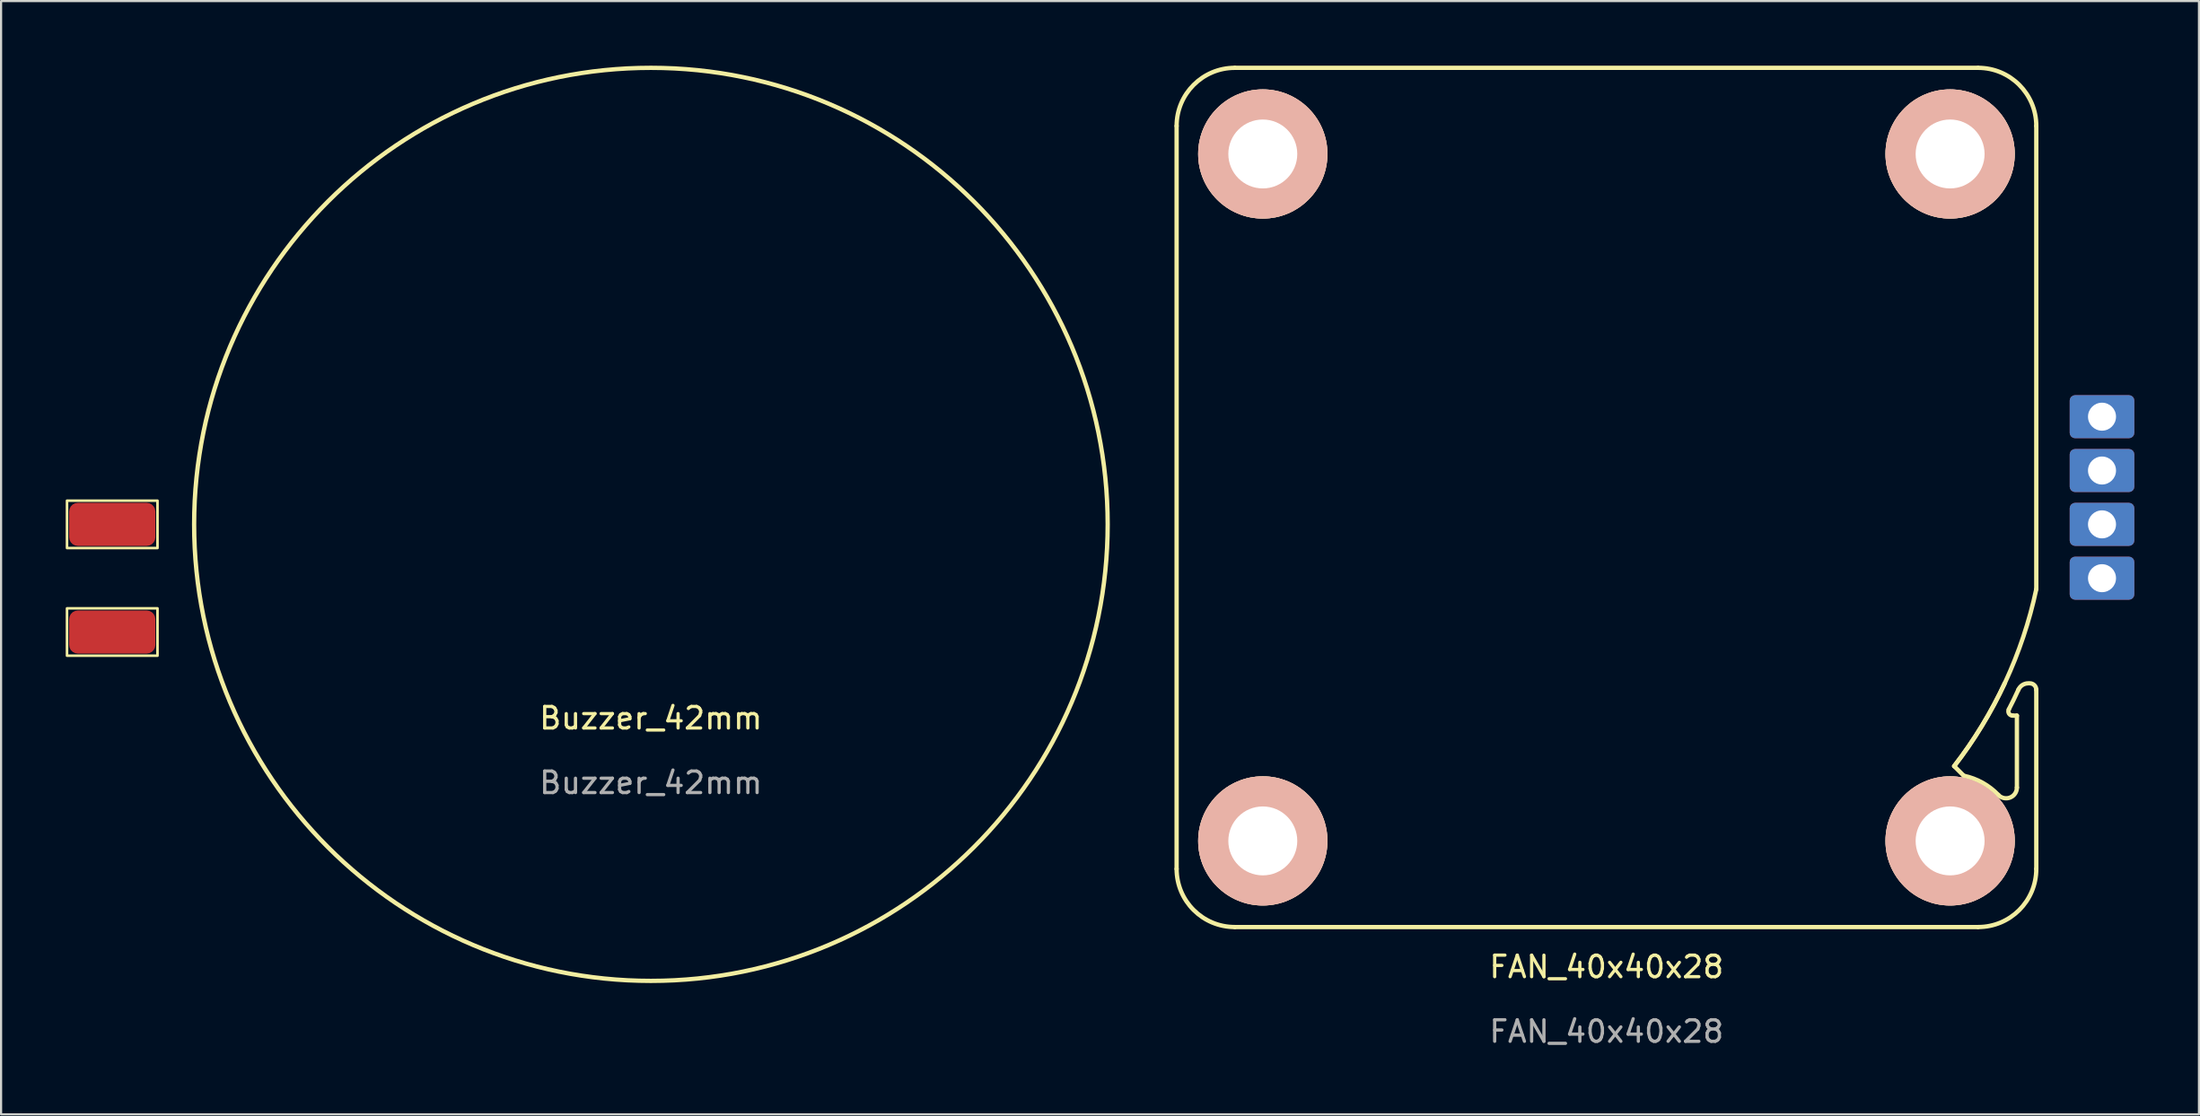
<source format=kicad_pcb>
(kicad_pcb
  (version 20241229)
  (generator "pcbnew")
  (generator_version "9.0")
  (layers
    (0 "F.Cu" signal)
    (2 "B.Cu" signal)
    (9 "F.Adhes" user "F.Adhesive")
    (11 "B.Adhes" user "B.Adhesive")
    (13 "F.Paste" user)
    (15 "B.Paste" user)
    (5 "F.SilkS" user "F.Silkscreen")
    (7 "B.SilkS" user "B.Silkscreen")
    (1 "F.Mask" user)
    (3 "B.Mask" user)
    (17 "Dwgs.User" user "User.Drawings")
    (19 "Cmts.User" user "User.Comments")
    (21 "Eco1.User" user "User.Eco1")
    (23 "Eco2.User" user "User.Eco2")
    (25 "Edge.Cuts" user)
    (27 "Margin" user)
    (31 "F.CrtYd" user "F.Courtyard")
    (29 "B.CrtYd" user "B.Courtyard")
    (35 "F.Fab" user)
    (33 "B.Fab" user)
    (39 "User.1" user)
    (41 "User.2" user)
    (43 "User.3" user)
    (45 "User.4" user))
  (footprint "FAN_40x40x28"
    (layer "F.Cu")
    (at 71.51 20.05)
    (property "Reference" "FAN_40x40x28" (at 0.003 21.8 0) (unlocked yes) (layer "F.SilkS") (effects (font (size 1 1) (thickness 0.15))))
    (fp_line (start -19.95 17.25) (end -19.95 -17.25) (stroke (width 0.2) (type default)) (layer "F.SilkS"))
    (fp_line (start -17.25 -19.95) (end 17.25 -19.95) (stroke (width 0.2) (type default)) (layer "F.SilkS"))
    (fp_line (start 16.139 12.478) (end 16.585 12.924) (stroke (width 0.2) (type default)) (layer "F.SilkS"))
    (fp_line (start 17.25 19.95) (end -17.25 19.95) (stroke (width 0.2) (type default)) (layer "F.SilkS"))
    (fp_line (start 18.853 10.132) (end 19.05 10.132) (stroke (width 0.2) (type default)) (layer "F.SilkS"))
    (fp_line (start 19.05 10.132) (end 19.05 13.471) (stroke (width 0.2) (type default)) (layer "F.SilkS"))
    (fp_line (start 19.95 -17.25) (end 19.95 4.261) (stroke (width 0.2) (type default)) (layer "F.SilkS"))
    (fp_line (start 19.95 8.932) (end 19.95 17.25) (stroke (width 0.2) (type default)) (layer "F.SilkS"))
    (fp_arc (start -19.95 -17.25) (mid -19.159188 -19.159188) (end -17.25 -19.95) (stroke (width 0.2) (type default)) (layer "F.SilkS"))
    (fp_arc (start -17.25 19.95) (mid -19.159188 19.159188) (end -19.95 17.25) (stroke (width 0.2) (type default)) (layer "F.SilkS"))
    (fp_arc (start 16.585336 12.923719) (mid 17.454435 13.248389) (end 18.18811 13.816249) (stroke (width 0.2) (type default)) (layer "F.SilkS"))
    (fp_arc (start 17.25 -19.95) (mid 19.159188 -19.159188) (end 19.95 -17.25) (stroke (width 0.2) (type default)) (layer "F.SilkS"))
    (fp_arc (start 18.488676 8.621412) (mid 17.42091 10.61469) (end 16.139104 12.477552) (stroke (width 0.2) (type default)) (layer "F.SilkS"))
    (fp_arc (start 18.8531 10.132266) (mid 18.682236 10.036262) (end 18.675417 9.840394) (stroke (width 0.2) (type default)) (layer "F.SilkS"))
    (fp_arc (start 19.05 13.4712) (mid 18.735824 13.935399) (end 18.18811 13.816249) (stroke (width 0.2) (type default)) (layer "F.SilkS"))
    (fp_arc (start 19.121356 8.924369) (mid 18.903937 9.385083) (end 18.675417 9.840394) (stroke (width 0.2) (type default)) (layer "F.SilkS"))
    (fp_arc (start 19.121356 8.924369) (mid 19.305856 8.711587) (end 19.576086 8.632266) (stroke (width 0.2) (type default)) (layer "F.SilkS"))
    (fp_arc (start 19.65 8.632266) (mid 19.862141 8.720125) (end 19.95 8.932266) (stroke (width 0.2) (type default)) (layer "F.SilkS"))
    (fp_arc (start 19.95 4.261161) (mid 18.50631 8.583501) (end 16.139133 12.477515) (stroke (width 0.2) (type default)) (layer "F.SilkS"))
    (fp_arc (start 19.95 17.25) (mid 19.159188 19.159188) (end 17.25 19.95) (stroke (width 0.2) (type default)) (layer "F.SilkS"))
    (fp_line (start 16.139 12.478) (end 16.585 12.924) (stroke (width 0.1) (type default)) (layer "User.1"))
    (fp_line (start 16.542 12.881) (end 16.585 12.924) (stroke (width 0.1) (type default)) (layer "User.1"))
    (fp_line (start 16.542 12.881) (end 16.585 12.924) (stroke (width 0.1) (type default)) (layer "User.1"))
    (fp_line (start 16.585 12.924) (end 16.139 12.478) (stroke (width 0.1) (type default)) (layer "User.1"))
    (fp_line (start 16.585 12.924) (end 16.139 12.478) (stroke (width 0.1) (type default)) (layer "User.1"))
    (fp_line (start 16.585 12.924) (end 16.256 12.594) (stroke (width 0.1) (type default)) (layer "User.1"))
    (fp_line (start 16.585 12.924) (end 16.256 12.594) (stroke (width 0.1) (type default)) (layer "User.1"))
    (fp_line (start 18.853 10.132) (end 19.05 10.132) (stroke (width 0.1) (type default)) (layer "User.1"))
    (fp_line (start 18.853 10.132) (end 19.05 10.132) (stroke (width 0.1) (type default)) (layer "User.1"))
    (fp_line (start 18.853 10.132) (end 19.05 10.132) (stroke (width 0.1) (type default)) (layer "User.1"))
    (fp_line (start 19.05 10.132) (end 18.853 10.132) (stroke (width 0.1) (type default)) (layer "User.1"))
    (fp_line (start 19.05 10.132) (end 18.853 10.132) (stroke (width 0.1) (type default)) (layer "User.1"))
    (fp_line (start 19.05 10.132) (end 18.853 10.132) (stroke (width 0.1) (type default)) (layer "User.1"))
    (fp_line (start 19.05 10.132) (end 18.853 10.132) (stroke (width 0.1) (type default)) (layer "User.1"))
    (fp_line (start 19.05 10.132) (end 19.05 13.471) (stroke (width 0.1) (type default)) (layer "User.1"))
    (fp_line (start 19.05 10.132) (end 19.05 13.471) (stroke (width 0.1) (type default)) (layer "User.1"))
    (fp_line (start 19.05 10.132) (end 19.05 13.471) (stroke (width 0.1) (type default)) (layer "User.1"))
    (fp_line (start 19.05 13.471) (end 19.05 10.132) (stroke (width 0.1) (type default)) (layer "User.1"))
    (fp_line (start 19.05 13.471) (end 19.05 10.132) (stroke (width 0.1) (type default)) (layer "User.1"))
    (fp_line (start 19.05 13.471) (end 19.05 10.132) (stroke (width 0.1) (type default)) (layer "User.1"))
    (fp_line (start 19.05 13.471) (end 19.05 10.132) (stroke (width 0.1) (type default)) (layer "User.1"))
    (fp_line (start 19.576 8.632) (end 19.65 8.632) (stroke (width 0.1) (type default)) (layer "User.1"))
    (fp_line (start 19.576 8.632) (end 19.65 8.632) (stroke (width 0.1) (type default)) (layer "User.1"))
    (fp_line (start 19.576 8.632) (end 19.65 8.632) (stroke (width 0.1) (type default)) (layer "User.1"))
    (fp_line (start 19.576 8.632) (end 19.65 8.632) (stroke (width 0.1) (type default)) (layer "User.1"))
    (fp_line (start 19.576 8.632) (end 19.576 8.632) (stroke (width 0.1) (type default)) (layer "User.1"))
    (fp_line (start 19.576 8.632) (end 19.576 8.632) (stroke (width 0.1) (type default)) (layer "User.1"))
    (fp_line (start 19.576 8.632) (end 19.576 8.632) (stroke (width 0.1) (type default)) (layer "User.1"))
    (fp_line (start 19.576 8.632) (end 19.576 8.632) (stroke (width 0.1) (type default)) (layer "User.1"))
    (fp_line (start 19.576 8.632) (end 19.576 8.632) (stroke (width 0.1) (type default)) (layer "User.1"))
    (fp_line (start 19.576 8.632) (end 19.576 8.632) (stroke (width 0.1) (type default)) (layer "User.1"))
    (fp_line (start 19.576 8.632) (end 19.576 8.632) (stroke (width 0.1) (type default)) (layer "User.1"))
    (fp_line (start 19.65 8.632) (end 19.576 8.632) (stroke (width 0.1) (type default)) (layer "User.1"))
    (fp_line (start 19.65 8.632) (end 19.576 8.632) (stroke (width 0.1) (type default)) (layer "User.1"))
    (fp_line (start 19.65 8.632) (end 19.576 8.632) (stroke (width 0.1) (type default)) (layer "User.1"))
    (fp_line (start 19.65 8.632) (end 19.576 8.632) (stroke (width 0.1) (type default)) (layer "User.1"))
    (fp_line (start 19.95 8.932) (end 19.95 17.25) (stroke (width 0.1) (type default)) (layer "User.1"))
    (fp_line (start 19.95 8.932) (end 19.95 17.25) (stroke (width 0.1) (type default)) (layer "User.1"))
    (fp_line (start 19.95 8.932) (end 19.95 17.25) (stroke (width 0.1) (type default)) (layer "User.1"))
    (fp_line (start 19.95 17.25) (end 19.95 8.932) (stroke (width 0.1) (type default)) (layer "User.1"))
    (fp_line (start 19.95 17.25) (end 19.95 8.932) (stroke (width 0.1) (type default)) (layer "User.1"))
    (fp_line (start 19.95 17.25) (end 19.95 8.932) (stroke (width 0.1) (type default)) (layer "User.1"))
    (fp_line (start 19.95 17.25) (end 19.95 8.932) (stroke (width 0.1) (type default)) (layer "User.1"))
    (fp_arc (start 16.585336 12.923719) (mid 17.454435 13.248389) (end 18.18811 13.816249) (stroke (width 0.1) (type default)) (layer "User.1"))
    (fp_arc (start 16.585336 12.923719) (mid 17.454435 13.248389) (end 18.18811 13.816249) (stroke (width 0.1) (type default)) (layer "User.1"))
    (fp_arc (start 16.585336 12.923719) (mid 17.454435 13.248389) (end 18.18811 13.816249) (stroke (width 0.1) (type default)) (layer "User.1"))
    (fp_arc (start 16.585336 12.923719) (mid 17.454435 13.248389) (end 18.18811 13.816249) (stroke (width 0.1) (type default)) (layer "User.1"))
    (fp_arc (start 16.585337 12.92372) (mid 17.454435 13.24839) (end 18.18811 13.816249) (stroke (width 0.1) (type default)) (layer "User.1"))
    (fp_arc (start 16.585337 12.92372) (mid 17.454435 13.24839) (end 18.18811 13.816249) (stroke (width 0.1) (type default)) (layer "User.1"))
    (fp_arc (start 16.585337 12.92372) (mid 17.454435 13.24839) (end 18.18811 13.816249) (stroke (width 0.1) (type default)) (layer "User.1"))
    (fp_arc (start 18.488679 8.621413) (mid 17.420911 10.61469) (end 16.139104 12.477552) (stroke (width 0.1) (type default)) (layer "User.1"))
    (fp_arc (start 18.8531 10.132266) (mid 18.68223 10.036266) (end 18.675417 9.840394) (stroke (width 0.1) (type default)) (layer "User.1"))
    (fp_arc (start 18.8531 10.132266) (mid 18.68223 10.036266) (end 18.675417 9.840394) (stroke (width 0.1) (type default)) (layer "User.1"))
    (fp_arc (start 18.8531 10.132266) (mid 18.68223 10.036266) (end 18.675417 9.840394) (stroke (width 0.1) (type default)) (layer "User.1"))
    (fp_arc (start 18.8531 10.132266) (mid 18.68223 10.036266) (end 18.675417 9.840394) (stroke (width 0.1) (type default)) (layer "User.1"))
    (fp_arc (start 18.8531 10.132266) (mid 18.68223 10.036266) (end 18.675417 9.840394) (stroke (width 0.1) (type default)) (layer "User.1"))
    (fp_arc (start 18.8531 10.132266) (mid 18.68223 10.036266) (end 18.675417 9.840394) (stroke (width 0.1) (type default)) (layer "User.1"))
    (fp_arc (start 18.8531 10.132266) (mid 18.68223 10.036266) (end 18.675417 9.840394) (stroke (width 0.1) (type default)) (layer "User.1"))
    (fp_arc (start 19.05 13.4712) (mid 18.73582 13.935389) (end 18.18811 13.816249) (stroke (width 0.1) (type default)) (layer "User.1"))
    (fp_arc (start 19.05 13.4712) (mid 18.73582 13.935389) (end 18.18811 13.816249) (stroke (width 0.1) (type default)) (layer "User.1"))
    (fp_arc (start 19.05 13.4712) (mid 18.73582 13.935389) (end 18.18811 13.816249) (stroke (width 0.1) (type default)) (layer "User.1"))
    (fp_arc (start 19.05 13.4712) (mid 18.73582 13.935389) (end 18.18811 13.816249) (stroke (width 0.1) (type default)) (layer "User.1"))
    (fp_arc (start 19.05 13.4712) (mid 18.73582 13.935389) (end 18.18811 13.816249) (stroke (width 0.1) (type default)) (layer "User.1"))
    (fp_arc (start 19.05 13.4712) (mid 18.73582 13.935389) (end 18.18811 13.816249) (stroke (width 0.1) (type default)) (layer "User.1"))
    (fp_arc (start 19.05 13.4712) (mid 18.73582 13.935389) (end 18.18811 13.816249) (stroke (width 0.1) (type default)) (layer "User.1"))
    (fp_arc (start 19.121356 8.924369) (mid 18.903937 9.385083) (end 18.675417 9.840394) (stroke (width 0.1) (type default)) (layer "User.1"))
    (fp_arc (start 19.121356 8.924369) (mid 18.903937 9.385083) (end 18.675417 9.840394) (stroke (width 0.1) (type default)) (layer "User.1"))
    (fp_arc (start 19.121356 8.924369) (mid 18.903937 9.385083) (end 18.675417 9.840394) (stroke (width 0.1) (type default)) (layer "User.1"))
    (fp_arc (start 19.121356 8.924369) (mid 18.903937 9.385083) (end 18.675417 9.840394) (stroke (width 0.1) (type default)) (layer "User.1"))
    (fp_arc (start 19.121356 8.924369) (mid 18.903937 9.385083) (end 18.675417 9.840394) (stroke (width 0.1) (type default)) (layer "User.1"))
    (fp_arc (start 19.121356 8.924369) (mid 18.903937 9.385083) (end 18.675417 9.840394) (stroke (width 0.1) (type default)) (layer "User.1"))
    (fp_arc (start 19.121356 8.924369) (mid 18.903937 9.385083) (end 18.675417 9.840394) (stroke (width 0.1) (type default)) (layer "User.1"))
    (fp_arc (start 19.121356 8.924369) (mid 19.305863 8.711587) (end 19.5761 8.632273) (stroke (width 0.1) (type default)) (layer "User.1"))
    (fp_arc (start 19.121356 8.924369) (mid 19.305863 8.711587) (end 19.5761 8.632273) (stroke (width 0.1) (type default)) (layer "User.1"))
    (fp_arc (start 19.121356 8.924369) (mid 19.305863 8.711587) (end 19.5761 8.632273) (stroke (width 0.1) (type default)) (layer "User.1"))
    (fp_arc (start 19.121356 8.924369) (mid 19.305863 8.711587) (end 19.5761 8.632273) (stroke (width 0.1) (type default)) (layer "User.1"))
    (fp_arc (start 19.121356 8.924369) (mid 19.305863 8.711587) (end 19.5761 8.632273) (stroke (width 0.1) (type default)) (layer "User.1"))
    (fp_arc (start 19.121356 8.924369) (mid 19.305863 8.711587) (end 19.5761 8.632273) (stroke (width 0.1) (type default)) (layer "User.1"))
    (fp_arc (start 19.121356 8.924369) (mid 19.305863 8.711587) (end 19.5761 8.632273) (stroke (width 0.1) (type default)) (layer "User.1"))
    (fp_arc (start 19.65 8.632266) (mid 19.86212 8.720146) (end 19.95 8.932266) (stroke (width 0.1) (type default)) (layer "User.1"))
    (fp_arc (start 19.65 8.632266) (mid 19.86212 8.720146) (end 19.95 8.932266) (stroke (width 0.1) (type default)) (layer "User.1"))
    (fp_arc (start 19.65 8.632266) (mid 19.86212 8.720146) (end 19.95 8.932266) (stroke (width 0.1) (type default)) (layer "User.1"))
    (fp_arc (start 19.65 8.632266) (mid 19.86212 8.720146) (end 19.95 8.932266) (stroke (width 0.1) (type default)) (layer "User.1"))
    (fp_arc (start 19.65 8.632266) (mid 19.86212 8.720146) (end 19.95 8.932266) (stroke (width 0.1) (type default)) (layer "User.1"))
    (fp_arc (start 19.65 8.632266) (mid 19.86212 8.720146) (end 19.95 8.932266) (stroke (width 0.1) (type default)) (layer "User.1"))
    (fp_arc (start 19.65 8.632266) (mid 19.86212 8.720146) (end 19.95 8.932266) (stroke (width 0.1) (type default)) (layer "User.1"))
    (fp_arc (start 19.95 4.261156) (mid 19.728999 5.189089) (end 19.464859 6.105675) (stroke (width 0.1) (type default)) (layer "User.1"))
    (fp_arc (start 19.95 4.261162) (mid 18.50631 8.583502) (end 16.139133 12.477515) (stroke (width 0.1) (type default)) (layer "User.1"))
    (fp_arc (start 19.95 4.261162) (mid 19.728996 5.189091) (end 19.464859 6.105675) (stroke (width 0.1) (type default)) (layer "User.1"))
    (fp_circle (center -15.95 15.95) (end -14.2 15.95) (stroke (width 0.1) (type default)) (fill no) (layer "User.1"))
    (fp_circle (center -15.95 15.95) (end -13.8 15.95) (stroke (width 0.1) (type default)) (fill no) (layer "User.1"))
    (fp_circle (center -15.95 -15.95) (end -14.2 -15.95) (stroke (width 0.1) (type default)) (fill no) (layer "User.1"))
    (fp_circle (center -15.95 -15.95) (end -13.8 -15.95) (stroke (width 0.1) (type default)) (fill no) (layer "User.1"))
    (fp_circle (center -0.000001 0.000001) (end 11 0) (stroke (width 0.1) (type default)) (fill no) (layer "User.1"))
    (fp_circle (center -0.000001 0.000001) (end 19.7 0) (stroke (width 0.1) (type default)) (fill no) (layer "User.1"))
    (fp_circle (center 15.95 -15.95) (end 17.7 -15.95) (stroke (width 0.1) (type default)) (fill no) (layer "User.1"))
    (fp_circle (center 15.95 -15.95) (end 18.1 -15.95) (stroke (width 0.1) (type default)) (fill no) (layer "User.1"))
    (fp_circle (center 15.95 15.95) (end 17.7 15.95) (stroke (width 0.1) (type default)) (fill no) (layer "User.1"))
    (fp_circle (center 15.95 15.95) (end 18.1 15.95) (stroke (width 0.1) (type default)) (fill no) (layer "User.1"))
    (fp_circle (center 23 -3.75) (end 23.6 -3.75) (stroke (width 0.1) (type default)) (fill no) (layer "User.1"))
    (fp_circle (center 23 -3.75) (end 23.6 -3.75) (stroke (width 0.1) (type default)) (fill no) (layer "User.1"))
    (fp_circle (center 23 -3.75) (end 23.6 -3.75) (stroke (width 0.1) (type default)) (fill no) (layer "User.1"))
    (fp_circle (center 23 -3.75) (end 23.6 -3.75) (stroke (width 0.1) (type default)) (fill no) (layer "User.1"))
    (fp_circle (center 23 -3.75) (end 24 -3.75) (stroke (width 0.1) (type default)) (fill no) (layer "User.1"))
    (fp_circle (center 23 -3.75) (end 24 -3.75) (stroke (width 0.1) (type default)) (fill no) (layer "User.1"))
    (fp_circle (center 23 -3.75) (end 24 -3.75) (stroke (width 0.1) (type default)) (fill no) (layer "User.1"))
    (fp_circle (center 23 -3.75) (end 24 -3.75) (stroke (width 0.1) (type default)) (fill no) (layer "User.1"))
    (fp_circle (center 23 -1.25) (end 23.6 -1.25) (stroke (width 0.1) (type default)) (fill no) (layer "User.1"))
    (fp_circle (center 23 -1.25) (end 23.6 -1.25) (stroke (width 0.1) (type default)) (fill no) (layer "User.1"))
    (fp_circle (center 23 -1.25) (end 23.6 -1.25) (stroke (width 0.1) (type default)) (fill no) (layer "User.1"))
    (fp_circle (center 23 -1.25) (end 23.6 -1.25) (stroke (width 0.1) (type default)) (fill no) (layer "User.1"))
    (fp_circle (center 23 -1.25) (end 24 -1.25) (stroke (width 0.1) (type default)) (fill no) (layer "User.1"))
    (fp_circle (center 23 -1.25) (end 24 -1.25) (stroke (width 0.1) (type default)) (fill no) (layer "User.1"))
    (fp_circle (center 23 -1.25) (end 24 -1.25) (stroke (width 0.1) (type default)) (fill no) (layer "User.1"))
    (fp_circle (center 23 -1.25) (end 24 -1.25) (stroke (width 0.1) (type default)) (fill no) (layer "User.1"))
    (fp_circle (center 23 1.25) (end 23.6 1.25) (stroke (width 0.1) (type default)) (fill no) (layer "User.1"))
    (fp_circle (center 23 1.25) (end 23.6 1.25) (stroke (width 0.1) (type default)) (fill no) (layer "User.1"))
    (fp_circle (center 23 1.25) (end 23.6 1.25) (stroke (width 0.1) (type default)) (fill no) (layer "User.1"))
    (fp_circle (center 23 1.25) (end 23.6 1.25) (stroke (width 0.1) (type default)) (fill no) (layer "User.1"))
    (fp_circle (center 23 1.25) (end 24 1.25) (stroke (width 0.1) (type default)) (fill no) (layer "User.1"))
    (fp_circle (center 23 1.25) (end 24 1.25) (stroke (width 0.1) (type default)) (fill no) (layer "User.1"))
    (fp_circle (center 23 1.25) (end 24 1.25) (stroke (width 0.1) (type default)) (fill no) (layer "User.1"))
    (fp_circle (center 23 1.25) (end 24 1.25) (stroke (width 0.1) (type default)) (fill no) (layer "User.1"))
    (fp_circle (center 23 3.75) (end 23.6 3.75) (stroke (width 0.1) (type default)) (fill no) (layer "User.1"))
    (fp_circle (center 23 3.75) (end 23.6 3.75) (stroke (width 0.1) (type default)) (fill no) (layer "User.1"))
    (fp_circle (center 23 3.75) (end 23.6 3.75) (stroke (width 0.1) (type default)) (fill no) (layer "User.1"))
    (fp_circle (center 23 3.75) (end 23.6 3.75) (stroke (width 0.1) (type default)) (fill no) (layer "User.1"))
    (fp_circle (center 23 3.75) (end 24 3.75) (stroke (width 0.1) (type default)) (fill no) (layer "User.1"))
    (fp_circle (center 23 3.75) (end 24 3.75) (stroke (width 0.1) (type default)) (fill no) (layer "User.1"))
    (fp_circle (center 23 3.75) (end 24 3.75) (stroke (width 0.1) (type default)) (fill no) (layer "User.1"))
    (fp_circle (center 23 3.75) (end 24 3.75) (stroke (width 0.1) (type default)) (fill no) (layer "User.1"))
    (fp_curve (pts (xy 16.139 12.478) (xy 16.274 12.612) (xy 16.408 12.746) (xy 16.542 12.881)) (stroke (width 0.1) (type default)) (layer "User.1"))
    (fp_curve (pts (xy 16.139 12.478) (xy 16.274 12.612) (xy 16.408 12.746) (xy 16.542 12.881)) (stroke (width 0.1) (type default)) (layer "User.1"))
    (fp_curve (pts (xy 18.696 8.163) (xy 18.939 7.606) (xy 19.157 7.039) (xy 19.35 6.462)) (stroke (width 0.1) (type default)) (layer "User.1"))
    (fp_curve (pts (xy 18.696 8.163) (xy 18.939 7.606) (xy 19.157 7.039) (xy 19.35 6.462)) (stroke (width 0.1) (type default)) (layer "User.1"))
    (fp_text user "${REFERENCE}" (at 0.003 24.8 0) (unlocked yes) (layer "F.Fab") (effects (font (size 1 1) (thickness 0.15))))
    (pad "1" thru_hole roundrect (at 23 3.75 90) (size 2 3) (drill 1.3) (layers "*.Cu" "*.Mask") (roundrect_rratio 0.125))
    (pad "2" thru_hole roundrect (at 23 1.25 90) (size 2 3) (drill 1.3) (layers "*.Cu" "*.Mask") (roundrect_rratio 0.125))
    (pad "3" thru_hole roundrect (at 23 -1.25 90) (size 2 3) (drill 1.3) (layers "*.Cu" "*.Mask") (roundrect_rratio 0.125))
    (pad "4" thru_hole roundrect (at 23 -3.75 90) (size 2 3) (drill 1.3) (layers "*.Cu" "*.Mask") (roundrect_rratio 0.125))
    (pad "MH" thru_hole circle (at -15.95 15.95) (size 6 6) (drill 3.2) (layers "*.Cu" "*.SilkS"))
    (pad "MH" thru_hole circle (at -15.95 -15.95) (size 6 6) (drill 3.2) (layers "*.Cu" "*.SilkS"))
    (pad "MH" thru_hole circle (at 15.95 -15.95) (size 6 6) (drill 3.2) (layers "*.Cu" "*.SilkS"))
    (pad "MH" thru_hole circle (at 15.95 15.95) (size 6 6) (drill 3.2) (layers "*.Cu" "*.SilkS")))
  (footprint "Buzzer_42mm"
    (layer "F.Cu")
    (at 27.16 21.3)
    (property "Reference" "Buzzer_42mm" (at 0 9 0) (unlocked yes) (layer "F.SilkS") (effects (font (size 1 1) (thickness 0.15))))
    (fp_rect (start -27.1 -1.1) (end -22.9 1.1) (stroke (width 0.12) (type default)) (fill no) (layer "F.SilkS"))
    (fp_rect (start -27.1 3.9) (end -22.9 6.1) (stroke (width 0.12) (type default)) (fill no) (layer "F.SilkS"))
    (fp_circle (center 0 0) (end 21.2 0) (stroke (width 0.2) (type default)) (fill no) (layer "F.SilkS"))
    (fp_text user "${REFERENCE}" (at 0 12 0) (unlocked yes) (layer "F.Fab") (effects (font (size 1 1) (thickness 0.15))))
    (pad "1" smd roundrect (at -25 0) (size 4 2) (layers "F.Cu" "F.Mask" "F.Paste") (roundrect_rratio 0.2))
    (pad "2" smd roundrect (at -25 5) (size 4 2) (layers "F.Cu" "F.Mask" "F.Paste") (roundrect_rratio 0.2)))
  (gr_rect
    (start -3 -3)
    (end 99.01 48.698)
    (stroke (width 0.1) (type default))
    (fill no)
    (layer "Edge.Cuts")))
</source>
